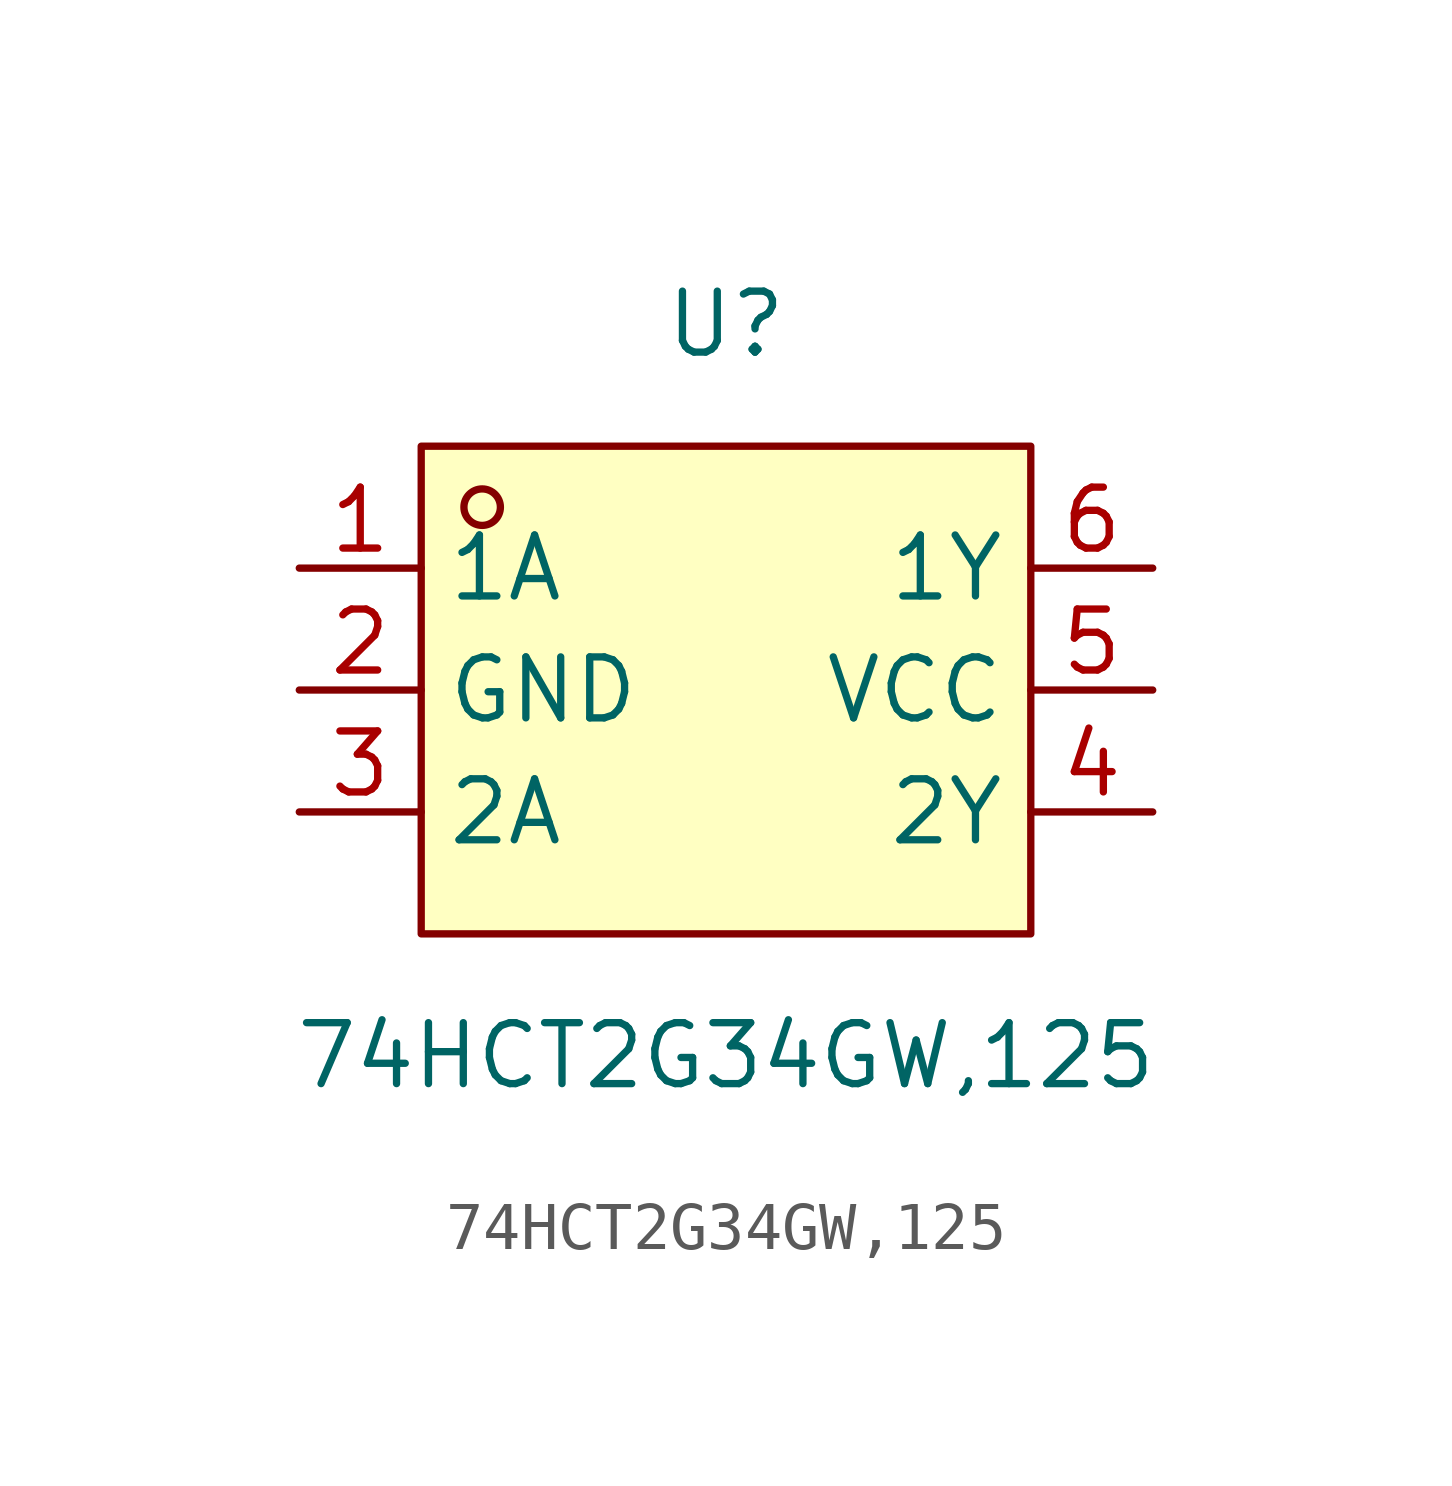
<source format=kicad_sym>
(kicad_symbol_lib
  (version 20211014)
  (generator https://github.com/uPesy/easyeda2kicad.py)
  (symbol "74HCT2G34GW,125"
    (property "Reference" "U"
      (at 0 7.62 0)
      (effects (font (size 1.27 1.27))))
    (property "Value" "74HCT2G34GW,125"
      (at 0 -7.62 0)
      (effects (font (size 1.27 1.27))))
    (symbol "74HCT2G34GW,125_0_1"
      (rectangle (start -6.35 5.08) (end 6.35 -5.08) (stroke (width 0) (type default) (color 0 0 0 0)) (fill (type background)))
      (circle (center -5.08 3.81) (radius 0.38) (stroke (width 0) (type default) (color 0 0 0 0)) (fill (type none)))
      (pin unspecified line (at -8.89 2.54 0) (length 2.54) (name "1A" (effects (font (size 1.27 1.27)))) (number "1" (effects (font (size 1.27 1.27)))))
      (pin unspecified line (at -8.89 -0.00 0) (length 2.54) (name "GND" (effects (font (size 1.27 1.27)))) (number "2" (effects (font (size 1.27 1.27)))))
      (pin unspecified line (at -8.89 -2.54 0) (length 2.54) (name "2A" (effects (font (size 1.27 1.27)))) (number "3" (effects (font (size 1.27 1.27)))))
      (pin unspecified line (at 8.89 -2.54 180) (length 2.54) (name "2Y" (effects (font (size 1.27 1.27)))) (number "4" (effects (font (size 1.27 1.27)))))
      (pin unspecified line (at 8.89 -0.00 180) (length 2.54) (name "VCC" (effects (font (size 1.27 1.27)))) (number "5" (effects (font (size 1.27 1.27)))))
      (pin unspecified line (at 8.89 2.54 180) (length 2.54) (name "1Y" (effects (font (size 1.27 1.27)))) (number "6" (effects (font (size 1.27 1.27))))))))
</source>
